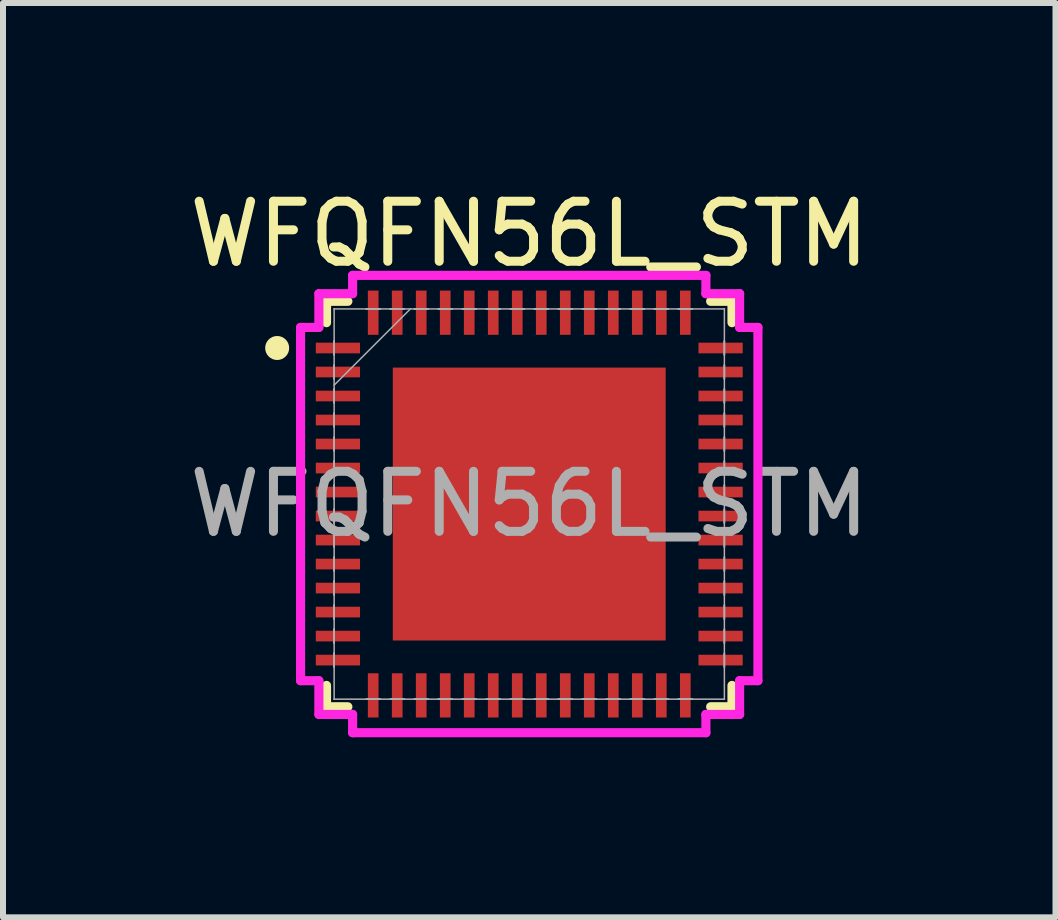
<source format=kicad_pcb>
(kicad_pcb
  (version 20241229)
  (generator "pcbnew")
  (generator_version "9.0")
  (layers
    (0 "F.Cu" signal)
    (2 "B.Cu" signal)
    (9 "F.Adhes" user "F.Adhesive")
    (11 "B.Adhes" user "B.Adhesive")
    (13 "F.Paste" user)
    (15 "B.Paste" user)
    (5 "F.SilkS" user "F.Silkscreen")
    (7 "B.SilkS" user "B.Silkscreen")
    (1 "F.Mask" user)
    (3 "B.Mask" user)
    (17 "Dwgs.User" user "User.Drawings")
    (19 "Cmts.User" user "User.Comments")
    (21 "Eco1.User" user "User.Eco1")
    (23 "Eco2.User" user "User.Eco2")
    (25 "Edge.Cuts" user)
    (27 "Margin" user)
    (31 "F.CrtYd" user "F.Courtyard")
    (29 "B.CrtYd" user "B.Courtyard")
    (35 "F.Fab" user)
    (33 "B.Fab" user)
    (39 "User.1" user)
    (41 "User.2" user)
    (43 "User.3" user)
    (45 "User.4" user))
  (footprint "WFQFN56L_STM"
    (layer "F.Cu")
    (at 5.768 5.348)
    (property "Reference" "WFQFN56L_STM" (at 0 -4.5 0) (unlocked yes) (layer "F.SilkS") (effects (font (size 1 1) (thickness 0.15))))
    (attr smd)
    (fp_line (start -3.378 -3.378) (end -3.378 -3.022) (stroke (width 0.152) (type solid)) (layer "F.SilkS"))
    (fp_line (start -3.378 3.022) (end -3.378 3.378) (stroke (width 0.152) (type solid)) (layer "F.SilkS"))
    (fp_line (start -3.378 3.378) (end -3.022 3.378) (stroke (width 0.152) (type solid)) (layer "F.SilkS"))
    (fp_line (start -3.022 -3.378) (end -3.378 -3.378) (stroke (width 0.152) (type solid)) (layer "F.SilkS"))
    (fp_line (start 3.022 3.378) (end 3.378 3.378) (stroke (width 0.152) (type solid)) (layer "F.SilkS"))
    (fp_line (start 3.378 -3.378) (end 3.022 -3.378) (stroke (width 0.152) (type solid)) (layer "F.SilkS"))
    (fp_line (start 3.378 -3.022) (end 3.378 -3.378) (stroke (width 0.152) (type solid)) (layer "F.SilkS"))
    (fp_line (start 3.378 3.378) (end 3.378 3.022) (stroke (width 0.152) (type solid)) (layer "F.SilkS"))
    (fp_circle (center -4.2 -2.6) (end -4.1 -2.6) (stroke (width 0.2) (type solid)) (fill no) (layer "F.SilkS"))
    (fp_poly (pts (xy -2.173 -2.173) (xy -2.173 -0.858) (xy -0.858 -0.858) (xy -0.858 -2.173)) (stroke (width 0) (type solid)) (fill yes) (layer "F.Paste"))
    (fp_poly (pts (xy -2.173 -0.658) (xy -2.173 0.658) (xy -0.858 0.658) (xy -0.858 -0.658)) (stroke (width 0) (type solid)) (fill yes) (layer "F.Paste"))
    (fp_poly (pts (xy -2.173 0.858) (xy -2.173 2.173) (xy -0.858 2.173) (xy -0.858 0.858)) (stroke (width 0) (type solid)) (fill yes) (layer "F.Paste"))
    (fp_poly (pts (xy -0.658 -2.173) (xy -0.658 -0.858) (xy 0.658 -0.858) (xy 0.658 -2.173)) (stroke (width 0) (type solid)) (fill yes) (layer "F.Paste"))
    (fp_poly (pts (xy -0.658 -0.658) (xy -0.658 0.658) (xy 0.658 0.658) (xy 0.658 -0.658)) (stroke (width 0) (type solid)) (fill yes) (layer "F.Paste"))
    (fp_poly (pts (xy -0.658 0.858) (xy -0.658 2.173) (xy 0.658 2.173) (xy 0.658 0.858)) (stroke (width 0) (type solid)) (fill yes) (layer "F.Paste"))
    (fp_poly (pts (xy 0.858 -2.173) (xy 0.858 -0.858) (xy 2.173 -0.858) (xy 2.173 -2.173)) (stroke (width 0) (type solid)) (fill yes) (layer "F.Paste"))
    (fp_poly (pts (xy 0.858 -0.658) (xy 0.858 0.658) (xy 2.173 0.658) (xy 2.173 -0.658)) (stroke (width 0) (type solid)) (fill yes) (layer "F.Paste"))
    (fp_poly (pts (xy 0.858 0.858) (xy 0.858 2.173) (xy 2.173 2.173) (xy 2.173 0.858)) (stroke (width 0) (type solid)) (fill yes) (layer "F.Paste"))
    (fp_line (start -3.81 -2.943) (end -3.505 -2.943) (stroke (width 0.152) (type solid)) (layer "F.CrtYd"))
    (fp_line (start -3.81 2.943) (end -3.81 -2.943) (stroke (width 0.152) (type solid)) (layer "F.CrtYd"))
    (fp_line (start -3.505 -3.505) (end -2.943 -3.505) (stroke (width 0.152) (type solid)) (layer "F.CrtYd"))
    (fp_line (start -3.505 -2.943) (end -3.505 -3.505) (stroke (width 0.152) (type solid)) (layer "F.CrtYd"))
    (fp_line (start -3.505 2.943) (end -3.81 2.943) (stroke (width 0.152) (type solid)) (layer "F.CrtYd"))
    (fp_line (start -3.505 3.505) (end -3.505 2.943) (stroke (width 0.152) (type solid)) (layer "F.CrtYd"))
    (fp_line (start -2.943 -3.81) (end 2.943 -3.81) (stroke (width 0.152) (type solid)) (layer "F.CrtYd"))
    (fp_line (start -2.943 -3.505) (end -2.943 -3.81) (stroke (width 0.152) (type solid)) (layer "F.CrtYd"))
    (fp_line (start -2.943 3.505) (end -3.505 3.505) (stroke (width 0.152) (type solid)) (layer "F.CrtYd"))
    (fp_line (start -2.943 3.81) (end -2.943 3.505) (stroke (width 0.152) (type solid)) (layer "F.CrtYd"))
    (fp_line (start 2.943 -3.81) (end 2.943 -3.505) (stroke (width 0.152) (type solid)) (layer "F.CrtYd"))
    (fp_line (start 2.943 -3.505) (end 3.505 -3.505) (stroke (width 0.152) (type solid)) (layer "F.CrtYd"))
    (fp_line (start 2.943 3.505) (end 2.943 3.81) (stroke (width 0.152) (type solid)) (layer "F.CrtYd"))
    (fp_line (start 2.943 3.81) (end -2.943 3.81) (stroke (width 0.152) (type solid)) (layer "F.CrtYd"))
    (fp_line (start 3.505 -3.505) (end 3.505 -2.943) (stroke (width 0.152) (type solid)) (layer "F.CrtYd"))
    (fp_line (start 3.505 -2.943) (end 3.81 -2.943) (stroke (width 0.152) (type solid)) (layer "F.CrtYd"))
    (fp_line (start 3.505 2.943) (end 3.505 3.505) (stroke (width 0.152) (type solid)) (layer "F.CrtYd"))
    (fp_line (start 3.505 3.505) (end 2.943 3.505) (stroke (width 0.152) (type solid)) (layer "F.CrtYd"))
    (fp_line (start 3.81 -2.943) (end 3.81 2.943) (stroke (width 0.152) (type solid)) (layer "F.CrtYd"))
    (fp_line (start 3.81 2.943) (end 3.505 2.943) (stroke (width 0.152) (type solid)) (layer "F.CrtYd"))
    (fp_line (start -3.251 -3.251) (end -3.251 -3.251) (stroke (width 0.025) (type solid)) (layer "F.Fab"))
    (fp_line (start -3.251 -3.251) (end -3.251 3.251) (stroke (width 0.025) (type solid)) (layer "F.Fab"))
    (fp_line (start -3.251 -2.715) (end -3.251 -2.715) (stroke (width 0.025) (type solid)) (layer "F.Fab"))
    (fp_line (start -3.251 -2.715) (end -3.251 -2.486) (stroke (width 0.025) (type solid)) (layer "F.Fab"))
    (fp_line (start -3.251 -2.486) (end -3.251 -2.715) (stroke (width 0.025) (type solid)) (layer "F.Fab"))
    (fp_line (start -3.251 -2.486) (end -3.251 -2.486) (stroke (width 0.025) (type solid)) (layer "F.Fab"))
    (fp_line (start -3.251 -2.315) (end -3.251 -2.315) (stroke (width 0.025) (type solid)) (layer "F.Fab"))
    (fp_line (start -3.251 -2.315) (end -3.251 -2.086) (stroke (width 0.025) (type solid)) (layer "F.Fab"))
    (fp_line (start -3.251 -2.086) (end -3.251 -2.315) (stroke (width 0.025) (type solid)) (layer "F.Fab"))
    (fp_line (start -3.251 -2.086) (end -3.251 -2.086) (stroke (width 0.025) (type solid)) (layer "F.Fab"))
    (fp_line (start -3.251 -1.981) (end -1.981 -3.251) (stroke (width 0.025) (type solid)) (layer "F.Fab"))
    (fp_line (start -3.251 -1.915) (end -3.251 -1.915) (stroke (width 0.025) (type solid)) (layer "F.Fab"))
    (fp_line (start -3.251 -1.915) (end -3.251 -1.686) (stroke (width 0.025) (type solid)) (layer "F.Fab"))
    (fp_line (start -3.251 -1.686) (end -3.251 -1.915) (stroke (width 0.025) (type solid)) (layer "F.Fab"))
    (fp_line (start -3.251 -1.686) (end -3.251 -1.686) (stroke (width 0.025) (type solid)) (layer "F.Fab"))
    (fp_line (start -3.251 -1.514) (end -3.251 -1.514) (stroke (width 0.025) (type solid)) (layer "F.Fab"))
    (fp_line (start -3.251 -1.514) (end -3.251 -1.286) (stroke (width 0.025) (type solid)) (layer "F.Fab"))
    (fp_line (start -3.251 -1.286) (end -3.251 -1.514) (stroke (width 0.025) (type solid)) (layer "F.Fab"))
    (fp_line (start -3.251 -1.286) (end -3.251 -1.286) (stroke (width 0.025) (type solid)) (layer "F.Fab"))
    (fp_line (start -3.251 -1.114) (end -3.251 -1.114) (stroke (width 0.025) (type solid)) (layer "F.Fab"))
    (fp_line (start -3.251 -1.114) (end -3.251 -0.886) (stroke (width 0.025) (type solid)) (layer "F.Fab"))
    (fp_line (start -3.251 -0.886) (end -3.251 -1.114) (stroke (width 0.025) (type solid)) (layer "F.Fab"))
    (fp_line (start -3.251 -0.886) (end -3.251 -0.886) (stroke (width 0.025) (type solid)) (layer "F.Fab"))
    (fp_line (start -3.251 -0.714) (end -3.251 -0.714) (stroke (width 0.025) (type solid)) (layer "F.Fab"))
    (fp_line (start -3.251 -0.714) (end -3.251 -0.486) (stroke (width 0.025) (type solid)) (layer "F.Fab"))
    (fp_line (start -3.251 -0.486) (end -3.251 -0.714) (stroke (width 0.025) (type solid)) (layer "F.Fab"))
    (fp_line (start -3.251 -0.486) (end -3.251 -0.486) (stroke (width 0.025) (type solid)) (layer "F.Fab"))
    (fp_line (start -3.251 -0.314) (end -3.251 -0.314) (stroke (width 0.025) (type solid)) (layer "F.Fab"))
    (fp_line (start -3.251 -0.314) (end -3.251 -0.086) (stroke (width 0.025) (type solid)) (layer "F.Fab"))
    (fp_line (start -3.251 -0.086) (end -3.251 -0.314) (stroke (width 0.025) (type solid)) (layer "F.Fab"))
    (fp_line (start -3.251 -0.086) (end -3.251 -0.086) (stroke (width 0.025) (type solid)) (layer "F.Fab"))
    (fp_line (start -3.251 0.086) (end -3.251 0.086) (stroke (width 0.025) (type solid)) (layer "F.Fab"))
    (fp_line (start -3.251 0.086) (end -3.251 0.314) (stroke (width 0.025) (type solid)) (layer "F.Fab"))
    (fp_line (start -3.251 0.314) (end -3.251 0.086) (stroke (width 0.025) (type solid)) (layer "F.Fab"))
    (fp_line (start -3.251 0.314) (end -3.251 0.314) (stroke (width 0.025) (type solid)) (layer "F.Fab"))
    (fp_line (start -3.251 0.486) (end -3.251 0.486) (stroke (width 0.025) (type solid)) (layer "F.Fab"))
    (fp_line (start -3.251 0.486) (end -3.251 0.714) (stroke (width 0.025) (type solid)) (layer "F.Fab"))
    (fp_line (start -3.251 0.714) (end -3.251 0.486) (stroke (width 0.025) (type solid)) (layer "F.Fab"))
    (fp_line (start -3.251 0.714) (end -3.251 0.714) (stroke (width 0.025) (type solid)) (layer "F.Fab"))
    (fp_line (start -3.251 0.886) (end -3.251 0.886) (stroke (width 0.025) (type solid)) (layer "F.Fab"))
    (fp_line (start -3.251 0.886) (end -3.251 1.114) (stroke (width 0.025) (type solid)) (layer "F.Fab"))
    (fp_line (start -3.251 1.114) (end -3.251 0.886) (stroke (width 0.025) (type solid)) (layer "F.Fab"))
    (fp_line (start -3.251 1.114) (end -3.251 1.114) (stroke (width 0.025) (type solid)) (layer "F.Fab"))
    (fp_line (start -3.251 1.286) (end -3.251 1.286) (stroke (width 0.025) (type solid)) (layer "F.Fab"))
    (fp_line (start -3.251 1.286) (end -3.251 1.514) (stroke (width 0.025) (type solid)) (layer "F.Fab"))
    (fp_line (start -3.251 1.514) (end -3.251 1.286) (stroke (width 0.025) (type solid)) (layer "F.Fab"))
    (fp_line (start -3.251 1.514) (end -3.251 1.514) (stroke (width 0.025) (type solid)) (layer "F.Fab"))
    (fp_line (start -3.251 1.686) (end -3.251 1.686) (stroke (width 0.025) (type solid)) (layer "F.Fab"))
    (fp_line (start -3.251 1.686) (end -3.251 1.915) (stroke (width 0.025) (type solid)) (layer "F.Fab"))
    (fp_line (start -3.251 1.915) (end -3.251 1.686) (stroke (width 0.025) (type solid)) (layer "F.Fab"))
    (fp_line (start -3.251 1.915) (end -3.251 1.915) (stroke (width 0.025) (type solid)) (layer "F.Fab"))
    (fp_line (start -3.251 2.086) (end -3.251 2.086) (stroke (width 0.025) (type solid)) (layer "F.Fab"))
    (fp_line (start -3.251 2.086) (end -3.251 2.315) (stroke (width 0.025) (type solid)) (layer "F.Fab"))
    (fp_line (start -3.251 2.315) (end -3.251 2.086) (stroke (width 0.025) (type solid)) (layer "F.Fab"))
    (fp_line (start -3.251 2.315) (end -3.251 2.315) (stroke (width 0.025) (type solid)) (layer "F.Fab"))
    (fp_line (start -3.251 2.486) (end -3.251 2.486) (stroke (width 0.025) (type solid)) (layer "F.Fab"))
    (fp_line (start -3.251 2.486) (end -3.251 2.715) (stroke (width 0.025) (type solid)) (layer "F.Fab"))
    (fp_line (start -3.251 2.715) (end -3.251 2.486) (stroke (width 0.025) (type solid)) (layer "F.Fab"))
    (fp_line (start -3.251 2.715) (end -3.251 2.715) (stroke (width 0.025) (type solid)) (layer "F.Fab"))
    (fp_line (start -3.251 3.251) (end -3.251 3.251) (stroke (width 0.025) (type solid)) (layer "F.Fab"))
    (fp_line (start -3.251 3.251) (end 3.251 3.251) (stroke (width 0.025) (type solid)) (layer "F.Fab"))
    (fp_line (start -2.715 -3.251) (end -2.715 -3.251) (stroke (width 0.025) (type solid)) (layer "F.Fab"))
    (fp_line (start -2.715 -3.251) (end -2.486 -3.251) (stroke (width 0.025) (type solid)) (layer "F.Fab"))
    (fp_line (start -2.715 3.251) (end -2.715 3.251) (stroke (width 0.025) (type solid)) (layer "F.Fab"))
    (fp_line (start -2.715 3.251) (end -2.486 3.251) (stroke (width 0.025) (type solid)) (layer "F.Fab"))
    (fp_line (start -2.486 -3.251) (end -2.715 -3.251) (stroke (width 0.025) (type solid)) (layer "F.Fab"))
    (fp_line (start -2.486 -3.251) (end -2.486 -3.251) (stroke (width 0.025) (type solid)) (layer "F.Fab"))
    (fp_line (start -2.486 3.251) (end -2.715 3.251) (stroke (width 0.025) (type solid)) (layer "F.Fab"))
    (fp_line (start -2.486 3.251) (end -2.486 3.251) (stroke (width 0.025) (type solid)) (layer "F.Fab"))
    (fp_line (start -2.315 -3.251) (end -2.315 -3.251) (stroke (width 0.025) (type solid)) (layer "F.Fab"))
    (fp_line (start -2.315 -3.251) (end -2.086 -3.251) (stroke (width 0.025) (type solid)) (layer "F.Fab"))
    (fp_line (start -2.315 3.251) (end -2.315 3.251) (stroke (width 0.025) (type solid)) (layer "F.Fab"))
    (fp_line (start -2.315 3.251) (end -2.086 3.251) (stroke (width 0.025) (type solid)) (layer "F.Fab"))
    (fp_line (start -2.086 -3.251) (end -2.315 -3.251) (stroke (width 0.025) (type solid)) (layer "F.Fab"))
    (fp_line (start -2.086 -3.251) (end -2.086 -3.251) (stroke (width 0.025) (type solid)) (layer "F.Fab"))
    (fp_line (start -2.086 3.251) (end -2.315 3.251) (stroke (width 0.025) (type solid)) (layer "F.Fab"))
    (fp_line (start -2.086 3.251) (end -2.086 3.251) (stroke (width 0.025) (type solid)) (layer "F.Fab"))
    (fp_line (start -1.915 -3.251) (end -1.915 -3.251) (stroke (width 0.025) (type solid)) (layer "F.Fab"))
    (fp_line (start -1.915 -3.251) (end -1.686 -3.251) (stroke (width 0.025) (type solid)) (layer "F.Fab"))
    (fp_line (start -1.915 3.251) (end -1.915 3.251) (stroke (width 0.025) (type solid)) (layer "F.Fab"))
    (fp_line (start -1.915 3.251) (end -1.686 3.251) (stroke (width 0.025) (type solid)) (layer "F.Fab"))
    (fp_line (start -1.686 -3.251) (end -1.915 -3.251) (stroke (width 0.025) (type solid)) (layer "F.Fab"))
    (fp_line (start -1.686 -3.251) (end -1.686 -3.251) (stroke (width 0.025) (type solid)) (layer "F.Fab"))
    (fp_line (start -1.686 3.251) (end -1.915 3.251) (stroke (width 0.025) (type solid)) (layer "F.Fab"))
    (fp_line (start -1.686 3.251) (end -1.686 3.251) (stroke (width 0.025) (type solid)) (layer "F.Fab"))
    (fp_line (start -1.514 -3.251) (end -1.514 -3.251) (stroke (width 0.025) (type solid)) (layer "F.Fab"))
    (fp_line (start -1.514 -3.251) (end -1.286 -3.251) (stroke (width 0.025) (type solid)) (layer "F.Fab"))
    (fp_line (start -1.514 3.251) (end -1.514 3.251) (stroke (width 0.025) (type solid)) (layer "F.Fab"))
    (fp_line (start -1.514 3.251) (end -1.286 3.251) (stroke (width 0.025) (type solid)) (layer "F.Fab"))
    (fp_line (start -1.286 -3.251) (end -1.514 -3.251) (stroke (width 0.025) (type solid)) (layer "F.Fab"))
    (fp_line (start -1.286 -3.251) (end -1.286 -3.251) (stroke (width 0.025) (type solid)) (layer "F.Fab"))
    (fp_line (start -1.286 3.251) (end -1.514 3.251) (stroke (width 0.025) (type solid)) (layer "F.Fab"))
    (fp_line (start -1.286 3.251) (end -1.286 3.251) (stroke (width 0.025) (type solid)) (layer "F.Fab"))
    (fp_line (start -1.114 -3.251) (end -1.114 -3.251) (stroke (width 0.025) (type solid)) (layer "F.Fab"))
    (fp_line (start -1.114 -3.251) (end -0.886 -3.251) (stroke (width 0.025) (type solid)) (layer "F.Fab"))
    (fp_line (start -1.114 3.251) (end -1.114 3.251) (stroke (width 0.025) (type solid)) (layer "F.Fab"))
    (fp_line (start -1.114 3.251) (end -0.886 3.251) (stroke (width 0.025) (type solid)) (layer "F.Fab"))
    (fp_line (start -0.886 -3.251) (end -1.114 -3.251) (stroke (width 0.025) (type solid)) (layer "F.Fab"))
    (fp_line (start -0.886 -3.251) (end -0.886 -3.251) (stroke (width 0.025) (type solid)) (layer "F.Fab"))
    (fp_line (start -0.886 3.251) (end -1.114 3.251) (stroke (width 0.025) (type solid)) (layer "F.Fab"))
    (fp_line (start -0.886 3.251) (end -0.886 3.251) (stroke (width 0.025) (type solid)) (layer "F.Fab"))
    (fp_line (start -0.714 -3.251) (end -0.714 -3.251) (stroke (width 0.025) (type solid)) (layer "F.Fab"))
    (fp_line (start -0.714 -3.251) (end -0.486 -3.251) (stroke (width 0.025) (type solid)) (layer "F.Fab"))
    (fp_line (start -0.714 3.251) (end -0.714 3.251) (stroke (width 0.025) (type solid)) (layer "F.Fab"))
    (fp_line (start -0.714 3.251) (end -0.486 3.251) (stroke (width 0.025) (type solid)) (layer "F.Fab"))
    (fp_line (start -0.486 -3.251) (end -0.714 -3.251) (stroke (width 0.025) (type solid)) (layer "F.Fab"))
    (fp_line (start -0.486 -3.251) (end -0.486 -3.251) (stroke (width 0.025) (type solid)) (layer "F.Fab"))
    (fp_line (start -0.486 3.251) (end -0.714 3.251) (stroke (width 0.025) (type solid)) (layer "F.Fab"))
    (fp_line (start -0.486 3.251) (end -0.486 3.251) (stroke (width 0.025) (type solid)) (layer "F.Fab"))
    (fp_line (start -0.314 -3.251) (end -0.314 -3.251) (stroke (width 0.025) (type solid)) (layer "F.Fab"))
    (fp_line (start -0.314 -3.251) (end -0.086 -3.251) (stroke (width 0.025) (type solid)) (layer "F.Fab"))
    (fp_line (start -0.314 3.251) (end -0.314 3.251) (stroke (width 0.025) (type solid)) (layer "F.Fab"))
    (fp_line (start -0.314 3.251) (end -0.086 3.251) (stroke (width 0.025) (type solid)) (layer "F.Fab"))
    (fp_line (start -0.086 -3.251) (end -0.314 -3.251) (stroke (width 0.025) (type solid)) (layer "F.Fab"))
    (fp_line (start -0.086 -3.251) (end -0.086 -3.251) (stroke (width 0.025) (type solid)) (layer "F.Fab"))
    (fp_line (start -0.086 3.251) (end -0.314 3.251) (stroke (width 0.025) (type solid)) (layer "F.Fab"))
    (fp_line (start -0.086 3.251) (end -0.086 3.251) (stroke (width 0.025) (type solid)) (layer "F.Fab"))
    (fp_line (start 0.086 -3.251) (end 0.086 -3.251) (stroke (width 0.025) (type solid)) (layer "F.Fab"))
    (fp_line (start 0.086 -3.251) (end 0.314 -3.251) (stroke (width 0.025) (type solid)) (layer "F.Fab"))
    (fp_line (start 0.086 3.251) (end 0.086 3.251) (stroke (width 0.025) (type solid)) (layer "F.Fab"))
    (fp_line (start 0.086 3.251) (end 0.314 3.251) (stroke (width 0.025) (type solid)) (layer "F.Fab"))
    (fp_line (start 0.314 -3.251) (end 0.086 -3.251) (stroke (width 0.025) (type solid)) (layer "F.Fab"))
    (fp_line (start 0.314 -3.251) (end 0.314 -3.251) (stroke (width 0.025) (type solid)) (layer "F.Fab"))
    (fp_line (start 0.314 3.251) (end 0.086 3.251) (stroke (width 0.025) (type solid)) (layer "F.Fab"))
    (fp_line (start 0.314 3.251) (end 0.314 3.251) (stroke (width 0.025) (type solid)) (layer "F.Fab"))
    (fp_line (start 0.486 -3.251) (end 0.486 -3.251) (stroke (width 0.025) (type solid)) (layer "F.Fab"))
    (fp_line (start 0.486 -3.251) (end 0.714 -3.251) (stroke (width 0.025) (type solid)) (layer "F.Fab"))
    (fp_line (start 0.486 3.251) (end 0.486 3.251) (stroke (width 0.025) (type solid)) (layer "F.Fab"))
    (fp_line (start 0.486 3.251) (end 0.714 3.251) (stroke (width 0.025) (type solid)) (layer "F.Fab"))
    (fp_line (start 0.714 -3.251) (end 0.486 -3.251) (stroke (width 0.025) (type solid)) (layer "F.Fab"))
    (fp_line (start 0.714 -3.251) (end 0.714 -3.251) (stroke (width 0.025) (type solid)) (layer "F.Fab"))
    (fp_line (start 0.714 3.251) (end 0.486 3.251) (stroke (width 0.025) (type solid)) (layer "F.Fab"))
    (fp_line (start 0.714 3.251) (end 0.714 3.251) (stroke (width 0.025) (type solid)) (layer "F.Fab"))
    (fp_line (start 0.886 -3.251) (end 0.886 -3.251) (stroke (width 0.025) (type solid)) (layer "F.Fab"))
    (fp_line (start 0.886 -3.251) (end 1.114 -3.251) (stroke (width 0.025) (type solid)) (layer "F.Fab"))
    (fp_line (start 0.886 3.251) (end 0.886 3.251) (stroke (width 0.025) (type solid)) (layer "F.Fab"))
    (fp_line (start 0.886 3.251) (end 1.114 3.251) (stroke (width 0.025) (type solid)) (layer "F.Fab"))
    (fp_line (start 1.114 -3.251) (end 0.886 -3.251) (stroke (width 0.025) (type solid)) (layer "F.Fab"))
    (fp_line (start 1.114 -3.251) (end 1.114 -3.251) (stroke (width 0.025) (type solid)) (layer "F.Fab"))
    (fp_line (start 1.114 3.251) (end 0.886 3.251) (stroke (width 0.025) (type solid)) (layer "F.Fab"))
    (fp_line (start 1.114 3.251) (end 1.114 3.251) (stroke (width 0.025) (type solid)) (layer "F.Fab"))
    (fp_line (start 1.286 -3.251) (end 1.286 -3.251) (stroke (width 0.025) (type solid)) (layer "F.Fab"))
    (fp_line (start 1.286 -3.251) (end 1.514 -3.251) (stroke (width 0.025) (type solid)) (layer "F.Fab"))
    (fp_line (start 1.286 3.251) (end 1.286 3.251) (stroke (width 0.025) (type solid)) (layer "F.Fab"))
    (fp_line (start 1.286 3.251) (end 1.514 3.251) (stroke (width 0.025) (type solid)) (layer "F.Fab"))
    (fp_line (start 1.514 -3.251) (end 1.286 -3.251) (stroke (width 0.025) (type solid)) (layer "F.Fab"))
    (fp_line (start 1.514 -3.251) (end 1.514 -3.251) (stroke (width 0.025) (type solid)) (layer "F.Fab"))
    (fp_line (start 1.514 3.251) (end 1.286 3.251) (stroke (width 0.025) (type solid)) (layer "F.Fab"))
    (fp_line (start 1.514 3.251) (end 1.514 3.251) (stroke (width 0.025) (type solid)) (layer "F.Fab"))
    (fp_line (start 1.686 -3.251) (end 1.686 -3.251) (stroke (width 0.025) (type solid)) (layer "F.Fab"))
    (fp_line (start 1.686 -3.251) (end 1.915 -3.251) (stroke (width 0.025) (type solid)) (layer "F.Fab"))
    (fp_line (start 1.686 3.251) (end 1.686 3.251) (stroke (width 0.025) (type solid)) (layer "F.Fab"))
    (fp_line (start 1.686 3.251) (end 1.915 3.251) (stroke (width 0.025) (type solid)) (layer "F.Fab"))
    (fp_line (start 1.915 -3.251) (end 1.686 -3.251) (stroke (width 0.025) (type solid)) (layer "F.Fab"))
    (fp_line (start 1.915 -3.251) (end 1.915 -3.251) (stroke (width 0.025) (type solid)) (layer "F.Fab"))
    (fp_line (start 1.915 3.251) (end 1.686 3.251) (stroke (width 0.025) (type solid)) (layer "F.Fab"))
    (fp_line (start 1.915 3.251) (end 1.915 3.251) (stroke (width 0.025) (type solid)) (layer "F.Fab"))
    (fp_line (start 2.086 -3.251) (end 2.086 -3.251) (stroke (width 0.025) (type solid)) (layer "F.Fab"))
    (fp_line (start 2.086 -3.251) (end 2.315 -3.251) (stroke (width 0.025) (type solid)) (layer "F.Fab"))
    (fp_line (start 2.086 3.251) (end 2.086 3.251) (stroke (width 0.025) (type solid)) (layer "F.Fab"))
    (fp_line (start 2.086 3.251) (end 2.315 3.251) (stroke (width 0.025) (type solid)) (layer "F.Fab"))
    (fp_line (start 2.315 -3.251) (end 2.086 -3.251) (stroke (width 0.025) (type solid)) (layer "F.Fab"))
    (fp_line (start 2.315 -3.251) (end 2.315 -3.251) (stroke (width 0.025) (type solid)) (layer "F.Fab"))
    (fp_line (start 2.315 3.251) (end 2.086 3.251) (stroke (width 0.025) (type solid)) (layer "F.Fab"))
    (fp_line (start 2.315 3.251) (end 2.315 3.251) (stroke (width 0.025) (type solid)) (layer "F.Fab"))
    (fp_line (start 2.486 -3.251) (end 2.486 -3.251) (stroke (width 0.025) (type solid)) (layer "F.Fab"))
    (fp_line (start 2.486 -3.251) (end 2.715 -3.251) (stroke (width 0.025) (type solid)) (layer "F.Fab"))
    (fp_line (start 2.486 3.251) (end 2.486 3.251) (stroke (width 0.025) (type solid)) (layer "F.Fab"))
    (fp_line (start 2.486 3.251) (end 2.715 3.251) (stroke (width 0.025) (type solid)) (layer "F.Fab"))
    (fp_line (start 2.715 -3.251) (end 2.486 -3.251) (stroke (width 0.025) (type solid)) (layer "F.Fab"))
    (fp_line (start 2.715 -3.251) (end 2.715 -3.251) (stroke (width 0.025) (type solid)) (layer "F.Fab"))
    (fp_line (start 2.715 3.251) (end 2.486 3.251) (stroke (width 0.025) (type solid)) (layer "F.Fab"))
    (fp_line (start 2.715 3.251) (end 2.715 3.251) (stroke (width 0.025) (type solid)) (layer "F.Fab"))
    (fp_line (start 3.251 -3.251) (end -3.251 -3.251) (stroke (width 0.025) (type solid)) (layer "F.Fab"))
    (fp_line (start 3.251 -3.251) (end 3.251 -3.251) (stroke (width 0.025) (type solid)) (layer "F.Fab"))
    (fp_line (start 3.251 -2.715) (end 3.251 -2.715) (stroke (width 0.025) (type solid)) (layer "F.Fab"))
    (fp_line (start 3.251 -2.715) (end 3.251 -2.486) (stroke (width 0.025) (type solid)) (layer "F.Fab"))
    (fp_line (start 3.251 -2.486) (end 3.251 -2.715) (stroke (width 0.025) (type solid)) (layer "F.Fab"))
    (fp_line (start 3.251 -2.486) (end 3.251 -2.486) (stroke (width 0.025) (type solid)) (layer "F.Fab"))
    (fp_line (start 3.251 -2.315) (end 3.251 -2.315) (stroke (width 0.025) (type solid)) (layer "F.Fab"))
    (fp_line (start 3.251 -2.315) (end 3.251 -2.086) (stroke (width 0.025) (type solid)) (layer "F.Fab"))
    (fp_line (start 3.251 -2.086) (end 3.251 -2.315) (stroke (width 0.025) (type solid)) (layer "F.Fab"))
    (fp_line (start 3.251 -2.086) (end 3.251 -2.086) (stroke (width 0.025) (type solid)) (layer "F.Fab"))
    (fp_line (start 3.251 -1.915) (end 3.251 -1.915) (stroke (width 0.025) (type solid)) (layer "F.Fab"))
    (fp_line (start 3.251 -1.915) (end 3.251 -1.686) (stroke (width 0.025) (type solid)) (layer "F.Fab"))
    (fp_line (start 3.251 -1.686) (end 3.251 -1.915) (stroke (width 0.025) (type solid)) (layer "F.Fab"))
    (fp_line (start 3.251 -1.686) (end 3.251 -1.686) (stroke (width 0.025) (type solid)) (layer "F.Fab"))
    (fp_line (start 3.251 -1.514) (end 3.251 -1.514) (stroke (width 0.025) (type solid)) (layer "F.Fab"))
    (fp_line (start 3.251 -1.514) (end 3.251 -1.286) (stroke (width 0.025) (type solid)) (layer "F.Fab"))
    (fp_line (start 3.251 -1.286) (end 3.251 -1.514) (stroke (width 0.025) (type solid)) (layer "F.Fab"))
    (fp_line (start 3.251 -1.286) (end 3.251 -1.286) (stroke (width 0.025) (type solid)) (layer "F.Fab"))
    (fp_line (start 3.251 -1.114) (end 3.251 -1.114) (stroke (width 0.025) (type solid)) (layer "F.Fab"))
    (fp_line (start 3.251 -1.114) (end 3.251 -0.886) (stroke (width 0.025) (type solid)) (layer "F.Fab"))
    (fp_line (start 3.251 -0.886) (end 3.251 -1.114) (stroke (width 0.025) (type solid)) (layer "F.Fab"))
    (fp_line (start 3.251 -0.886) (end 3.251 -0.886) (stroke (width 0.025) (type solid)) (layer "F.Fab"))
    (fp_line (start 3.251 -0.714) (end 3.251 -0.714) (stroke (width 0.025) (type solid)) (layer "F.Fab"))
    (fp_line (start 3.251 -0.714) (end 3.251 -0.486) (stroke (width 0.025) (type solid)) (layer "F.Fab"))
    (fp_line (start 3.251 -0.486) (end 3.251 -0.714) (stroke (width 0.025) (type solid)) (layer "F.Fab"))
    (fp_line (start 3.251 -0.486) (end 3.251 -0.486) (stroke (width 0.025) (type solid)) (layer "F.Fab"))
    (fp_line (start 3.251 -0.314) (end 3.251 -0.314) (stroke (width 0.025) (type solid)) (layer "F.Fab"))
    (fp_line (start 3.251 -0.314) (end 3.251 -0.086) (stroke (width 0.025) (type solid)) (layer "F.Fab"))
    (fp_line (start 3.251 -0.086) (end 3.251 -0.314) (stroke (width 0.025) (type solid)) (layer "F.Fab"))
    (fp_line (start 3.251 -0.086) (end 3.251 -0.086) (stroke (width 0.025) (type solid)) (layer "F.Fab"))
    (fp_line (start 3.251 0.086) (end 3.251 0.086) (stroke (width 0.025) (type solid)) (layer "F.Fab"))
    (fp_line (start 3.251 0.086) (end 3.251 0.314) (stroke (width 0.025) (type solid)) (layer "F.Fab"))
    (fp_line (start 3.251 0.314) (end 3.251 0.086) (stroke (width 0.025) (type solid)) (layer "F.Fab"))
    (fp_line (start 3.251 0.314) (end 3.251 0.314) (stroke (width 0.025) (type solid)) (layer "F.Fab"))
    (fp_line (start 3.251 0.486) (end 3.251 0.486) (stroke (width 0.025) (type solid)) (layer "F.Fab"))
    (fp_line (start 3.251 0.486) (end 3.251 0.714) (stroke (width 0.025) (type solid)) (layer "F.Fab"))
    (fp_line (start 3.251 0.714) (end 3.251 0.486) (stroke (width 0.025) (type solid)) (layer "F.Fab"))
    (fp_line (start 3.251 0.714) (end 3.251 0.714) (stroke (width 0.025) (type solid)) (layer "F.Fab"))
    (fp_line (start 3.251 0.886) (end 3.251 0.886) (stroke (width 0.025) (type solid)) (layer "F.Fab"))
    (fp_line (start 3.251 0.886) (end 3.251 1.114) (stroke (width 0.025) (type solid)) (layer "F.Fab"))
    (fp_line (start 3.251 1.114) (end 3.251 0.886) (stroke (width 0.025) (type solid)) (layer "F.Fab"))
    (fp_line (start 3.251 1.114) (end 3.251 1.114) (stroke (width 0.025) (type solid)) (layer "F.Fab"))
    (fp_line (start 3.251 1.286) (end 3.251 1.286) (stroke (width 0.025) (type solid)) (layer "F.Fab"))
    (fp_line (start 3.251 1.286) (end 3.251 1.514) (stroke (width 0.025) (type solid)) (layer "F.Fab"))
    (fp_line (start 3.251 1.514) (end 3.251 1.286) (stroke (width 0.025) (type solid)) (layer "F.Fab"))
    (fp_line (start 3.251 1.514) (end 3.251 1.514) (stroke (width 0.025) (type solid)) (layer "F.Fab"))
    (fp_line (start 3.251 1.686) (end 3.251 1.686) (stroke (width 0.025) (type solid)) (layer "F.Fab"))
    (fp_line (start 3.251 1.686) (end 3.251 1.915) (stroke (width 0.025) (type solid)) (layer "F.Fab"))
    (fp_line (start 3.251 1.915) (end 3.251 1.686) (stroke (width 0.025) (type solid)) (layer "F.Fab"))
    (fp_line (start 3.251 1.915) (end 3.251 1.915) (stroke (width 0.025) (type solid)) (layer "F.Fab"))
    (fp_line (start 3.251 2.086) (end 3.251 2.086) (stroke (width 0.025) (type solid)) (layer "F.Fab"))
    (fp_line (start 3.251 2.086) (end 3.251 2.315) (stroke (width 0.025) (type solid)) (layer "F.Fab"))
    (fp_line (start 3.251 2.315) (end 3.251 2.086) (stroke (width 0.025) (type solid)) (layer "F.Fab"))
    (fp_line (start 3.251 2.315) (end 3.251 2.315) (stroke (width 0.025) (type solid)) (layer "F.Fab"))
    (fp_line (start 3.251 2.486) (end 3.251 2.486) (stroke (width 0.025) (type solid)) (layer "F.Fab"))
    (fp_line (start 3.251 2.486) (end 3.251 2.715) (stroke (width 0.025) (type solid)) (layer "F.Fab"))
    (fp_line (start 3.251 2.715) (end 3.251 2.486) (stroke (width 0.025) (type solid)) (layer "F.Fab"))
    (fp_line (start 3.251 2.715) (end 3.251 2.715) (stroke (width 0.025) (type solid)) (layer "F.Fab"))
    (fp_line (start 3.251 3.251) (end 3.251 -3.251) (stroke (width 0.025) (type solid)) (layer "F.Fab"))
    (fp_line (start 3.251 3.251) (end 3.251 3.251) (stroke (width 0.025) (type solid)) (layer "F.Fab"))
    (fp_text user "${REFERENCE}" (at 0 0 0) (unlocked yes) (layer "F.Fab") (effects (font (size 1 1) (thickness 0.15))))
    (pad "1" smd rect (at -3.188 -2.6 90) (size 0.178 0.737) (layers "F.Cu" "F.Mask" "F.Paste"))
    (pad "2" smd rect (at -3.188 -2.2 90) (size 0.178 0.737) (layers "F.Cu" "F.Mask" "F.Paste"))
    (pad "3" smd rect (at -3.188 -1.8 90) (size 0.178 0.737) (layers "F.Cu" "F.Mask" "F.Paste"))
    (pad "4" smd rect (at -3.188 -1.4 90) (size 0.178 0.737) (layers "F.Cu" "F.Mask" "F.Paste"))
    (pad "5" smd rect (at -3.188 -1 90) (size 0.178 0.737) (layers "F.Cu" "F.Mask" "F.Paste"))
    (pad "6" smd rect (at -3.188 -0.6 90) (size 0.178 0.737) (layers "F.Cu" "F.Mask" "F.Paste"))
    (pad "7" smd rect (at -3.188 -0.2 90) (size 0.178 0.737) (layers "F.Cu" "F.Mask" "F.Paste"))
    (pad "8" smd rect (at -3.188 0.2 90) (size 0.178 0.737) (layers "F.Cu" "F.Mask" "F.Paste"))
    (pad "9" smd rect (at -3.188 0.6 90) (size 0.178 0.737) (layers "F.Cu" "F.Mask" "F.Paste"))
    (pad "10" smd rect (at -3.188 1 90) (size 0.178 0.737) (layers "F.Cu" "F.Mask" "F.Paste"))
    (pad "11" smd rect (at -3.188 1.4 90) (size 0.178 0.737) (layers "F.Cu" "F.Mask" "F.Paste"))
    (pad "12" smd rect (at -3.188 1.8 90) (size 0.178 0.737) (layers "F.Cu" "F.Mask" "F.Paste"))
    (pad "13" smd rect (at -3.188 2.2 90) (size 0.178 0.737) (layers "F.Cu" "F.Mask" "F.Paste"))
    (pad "14" smd rect (at -3.188 2.6 90) (size 0.178 0.737) (layers "F.Cu" "F.Mask" "F.Paste"))
    (pad "15" smd rect (at -2.6 3.188) (size 0.178 0.737) (layers "F.Cu" "F.Mask" "F.Paste"))
    (pad "16" smd rect (at -2.2 3.188) (size 0.178 0.737) (layers "F.Cu" "F.Mask" "F.Paste"))
    (pad "17" smd rect (at -1.8 3.188) (size 0.178 0.737) (layers "F.Cu" "F.Mask" "F.Paste"))
    (pad "18" smd rect (at -1.4 3.188) (size 0.178 0.737) (layers "F.Cu" "F.Mask" "F.Paste"))
    (pad "19" smd rect (at -1 3.188) (size 0.178 0.737) (layers "F.Cu" "F.Mask" "F.Paste"))
    (pad "20" smd rect (at -0.6 3.188) (size 0.178 0.737) (layers "F.Cu" "F.Mask" "F.Paste"))
    (pad "21" smd rect (at -0.2 3.188) (size 0.178 0.737) (layers "F.Cu" "F.Mask" "F.Paste"))
    (pad "22" smd rect (at 0.2 3.188) (size 0.178 0.737) (layers "F.Cu" "F.Mask" "F.Paste"))
    (pad "23" smd rect (at 0.6 3.188) (size 0.178 0.737) (layers "F.Cu" "F.Mask" "F.Paste"))
    (pad "24" smd rect (at 1 3.188) (size 0.178 0.737) (layers "F.Cu" "F.Mask" "F.Paste"))
    (pad "25" smd rect (at 1.4 3.188) (size 0.178 0.737) (layers "F.Cu" "F.Mask" "F.Paste"))
    (pad "26" smd rect (at 1.8 3.188) (size 0.178 0.737) (layers "F.Cu" "F.Mask" "F.Paste"))
    (pad "27" smd rect (at 2.2 3.188) (size 0.178 0.737) (layers "F.Cu" "F.Mask" "F.Paste"))
    (pad "28" smd rect (at 2.6 3.188) (size 0.178 0.737) (layers "F.Cu" "F.Mask" "F.Paste"))
    (pad "29" smd rect (at 3.188 2.6 90) (size 0.178 0.737) (layers "F.Cu" "F.Mask" "F.Paste"))
    (pad "30" smd rect (at 3.188 2.2 90) (size 0.178 0.737) (layers "F.Cu" "F.Mask" "F.Paste"))
    (pad "31" smd rect (at 3.188 1.8 90) (size 0.178 0.737) (layers "F.Cu" "F.Mask" "F.Paste"))
    (pad "32" smd rect (at 3.188 1.4 90) (size 0.178 0.737) (layers "F.Cu" "F.Mask" "F.Paste"))
    (pad "33" smd rect (at 3.188 1 90) (size 0.178 0.737) (layers "F.Cu" "F.Mask" "F.Paste"))
    (pad "34" smd rect (at 3.188 0.6 90) (size 0.178 0.737) (layers "F.Cu" "F.Mask" "F.Paste"))
    (pad "35" smd rect (at 3.188 0.2 90) (size 0.178 0.737) (layers "F.Cu" "F.Mask" "F.Paste"))
    (pad "36" smd rect (at 3.188 -0.2 90) (size 0.178 0.737) (layers "F.Cu" "F.Mask" "F.Paste"))
    (pad "37" smd rect (at 3.188 -0.6 90) (size 0.178 0.737) (layers "F.Cu" "F.Mask" "F.Paste"))
    (pad "38" smd rect (at 3.188 -1 90) (size 0.178 0.737) (layers "F.Cu" "F.Mask" "F.Paste"))
    (pad "39" smd rect (at 3.188 -1.4 90) (size 0.178 0.737) (layers "F.Cu" "F.Mask" "F.Paste"))
    (pad "40" smd rect (at 3.188 -1.8 90) (size 0.178 0.737) (layers "F.Cu" "F.Mask" "F.Paste"))
    (pad "41" smd rect (at 3.188 -2.2 90) (size 0.178 0.737) (layers "F.Cu" "F.Mask" "F.Paste"))
    (pad "42" smd rect (at 3.188 -2.6 90) (size 0.178 0.737) (layers "F.Cu" "F.Mask" "F.Paste"))
    (pad "43" smd rect (at 2.6 -3.188) (size 0.178 0.737) (layers "F.Cu" "F.Mask" "F.Paste"))
    (pad "44" smd rect (at 2.2 -3.188) (size 0.178 0.737) (layers "F.Cu" "F.Mask" "F.Paste"))
    (pad "45" smd rect (at 1.8 -3.188) (size 0.178 0.737) (layers "F.Cu" "F.Mask" "F.Paste"))
    (pad "46" smd rect (at 1.4 -3.188) (size 0.178 0.737) (layers "F.Cu" "F.Mask" "F.Paste"))
    (pad "47" smd rect (at 1 -3.188) (size 0.178 0.737) (layers "F.Cu" "F.Mask" "F.Paste"))
    (pad "48" smd rect (at 0.6 -3.188) (size 0.178 0.737) (layers "F.Cu" "F.Mask" "F.Paste"))
    (pad "49" smd rect (at 0.2 -3.188) (size 0.178 0.737) (layers "F.Cu" "F.Mask" "F.Paste"))
    (pad "50" smd rect (at -0.2 -3.188) (size 0.178 0.737) (layers "F.Cu" "F.Mask" "F.Paste"))
    (pad "51" smd rect (at -0.6 -3.188) (size 0.178 0.737) (layers "F.Cu" "F.Mask" "F.Paste"))
    (pad "52" smd rect (at -1 -3.188) (size 0.178 0.737) (layers "F.Cu" "F.Mask" "F.Paste"))
    (pad "53" smd rect (at -1.4 -3.188) (size 0.178 0.737) (layers "F.Cu" "F.Mask" "F.Paste"))
    (pad "54" smd rect (at -1.8 -3.188) (size 0.178 0.737) (layers "F.Cu" "F.Mask" "F.Paste"))
    (pad "55" smd rect (at -2.2 -3.188) (size 0.178 0.737) (layers "F.Cu" "F.Mask" "F.Paste"))
    (pad "56" smd rect (at -2.6 -3.188) (size 0.178 0.737) (layers "F.Cu" "F.Mask" "F.Paste"))
    (pad "57" smd rect (at 0 0) (size 4.547 4.547) (layers "F.Cu" "F.Mask" "F.Paste")))
  (gr_rect
    (start -3 -3)
    (end 14.536 12.234)
    (stroke (width 0.1) (type default))
    (fill no)
    (layer "Edge.Cuts")))
</source>
